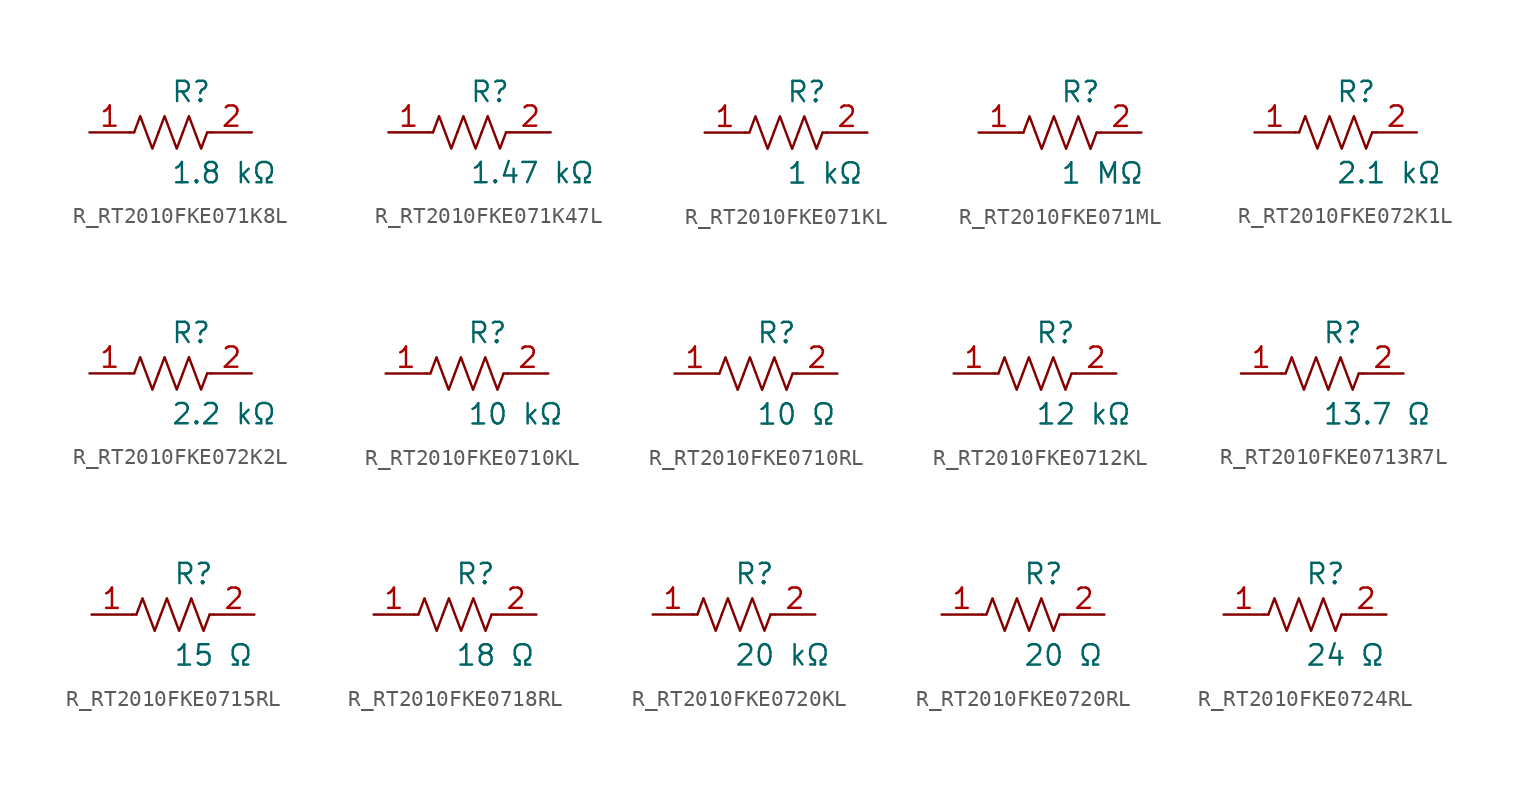
<source format=kicad_sym>
(kicad_symbol_lib
  (version 20231120)
  (generator kicad_symbol_editor)
  (generator_version 8.0)
  (symbol "R_RT2010FKE071K8L"
    (pin_names
      (offset 0.254))
    (property "Reference" "R"
      (at 0 2.54 0)
      (effects (font (size 1.27 1.27)) (justify left)))
    (property "Value" "1.8 kΩ"
      (at 0 -2.54 0)
      (effects (font (size 1.27 1.27)) (justify left)))
    (symbol "R_RT2010FKE071K8L_0_1"
      (polyline (pts (xy 2.286 0) (xy 2.54 0)) (stroke (width 0) (type default)) (fill (type none)))
      (polyline (pts (xy -2.286 0) (xy -2.54 0)) (stroke (width 0) (type default)) (fill (type none)))
      (polyline (pts (xy 0.762 0) (xy 1.143 1.016) (xy 1.524 0) (xy 1.905 -1.016) (xy 2.286 0)) (stroke (width 0) (type default)) (fill (type none)))
      (polyline (pts (xy -0.762 0) (xy -0.381 1.016) (xy 0 0) (xy 0.381 -1.016) (xy 0.762 0)) (stroke (width 0) (type default)) (fill (type none)))
      (polyline (pts (xy -2.286 0) (xy -1.905 1.016) (xy -1.524 0) (xy -1.143 -1.016) (xy -0.762 0)) (stroke (width 0) (type default)) (fill (type none))))
    (pin passive line
      (at -5.08 0 0)
      (length 2.54)
      (name "" (effects (font (size 1.27 1.27))))
      (number "1" (effects (font (size 1.27 1.27)))))
    (pin passive line
      (at 5.08 0 180)
      (length 2.54)
      (name "" (effects (font (size 1.27 1.27))))
      (number "2" (effects (font (size 1.27 1.27))))))
  (symbol "R_RT2010FKE071K47L"
    (pin_names
      (offset 0.254))
    (property "Reference" "R"
      (at 0 2.54 0)
      (effects (font (size 1.27 1.27)) (justify left)))
    (property "Value" "1.47 kΩ"
      (at 0 -2.54 0)
      (effects (font (size 1.27 1.27)) (justify left)))
    (symbol "R_RT2010FKE071K47L_0_1"
      (polyline (pts (xy 2.286 0) (xy 2.54 0)) (stroke (width 0) (type default)) (fill (type none)))
      (polyline (pts (xy -2.286 0) (xy -2.54 0)) (stroke (width 0) (type default)) (fill (type none)))
      (polyline (pts (xy 0.762 0) (xy 1.143 1.016) (xy 1.524 0) (xy 1.905 -1.016) (xy 2.286 0)) (stroke (width 0) (type default)) (fill (type none)))
      (polyline (pts (xy -0.762 0) (xy -0.381 1.016) (xy 0 0) (xy 0.381 -1.016) (xy 0.762 0)) (stroke (width 0) (type default)) (fill (type none)))
      (polyline (pts (xy -2.286 0) (xy -1.905 1.016) (xy -1.524 0) (xy -1.143 -1.016) (xy -0.762 0)) (stroke (width 0) (type default)) (fill (type none))))
    (pin passive line
      (at -5.08 0 0)
      (length 2.54)
      (name "" (effects (font (size 1.27 1.27))))
      (number "1" (effects (font (size 1.27 1.27)))))
    (pin passive line
      (at 5.08 0 180)
      (length 2.54)
      (name "" (effects (font (size 1.27 1.27))))
      (number "2" (effects (font (size 1.27 1.27))))))
  (symbol "R_RT2010FKE071KL"
    (pin_names
      (offset 0.254))
    (property "Reference" "R"
      (at 0 2.54 0)
      (effects (font (size 1.27 1.27)) (justify left)))
    (property "Value" "1 kΩ"
      (at 0 -2.54 0)
      (effects (font (size 1.27 1.27)) (justify left)))
    (symbol "R_RT2010FKE071KL_0_1"
      (polyline (pts (xy 2.286 0) (xy 2.54 0)) (stroke (width 0) (type default)) (fill (type none)))
      (polyline (pts (xy -2.286 0) (xy -2.54 0)) (stroke (width 0) (type default)) (fill (type none)))
      (polyline (pts (xy 0.762 0) (xy 1.143 1.016) (xy 1.524 0) (xy 1.905 -1.016) (xy 2.286 0)) (stroke (width 0) (type default)) (fill (type none)))
      (polyline (pts (xy -0.762 0) (xy -0.381 1.016) (xy 0 0) (xy 0.381 -1.016) (xy 0.762 0)) (stroke (width 0) (type default)) (fill (type none)))
      (polyline (pts (xy -2.286 0) (xy -1.905 1.016) (xy -1.524 0) (xy -1.143 -1.016) (xy -0.762 0)) (stroke (width 0) (type default)) (fill (type none))))
    (pin passive line
      (at -5.08 0 0)
      (length 2.54)
      (name "" (effects (font (size 1.27 1.27))))
      (number "1" (effects (font (size 1.27 1.27)))))
    (pin passive line
      (at 5.08 0 180)
      (length 2.54)
      (name "" (effects (font (size 1.27 1.27))))
      (number "2" (effects (font (size 1.27 1.27))))))
  (symbol "R_RT2010FKE071ML"
    (pin_names
      (offset 0.254))
    (property "Reference" "R"
      (at 0 2.54 0)
      (effects (font (size 1.27 1.27)) (justify left)))
    (property "Value" "1 MΩ"
      (at 0 -2.54 0)
      (effects (font (size 1.27 1.27)) (justify left)))
    (symbol "R_RT2010FKE071ML_0_1"
      (polyline (pts (xy 2.286 0) (xy 2.54 0)) (stroke (width 0) (type default)) (fill (type none)))
      (polyline (pts (xy -2.286 0) (xy -2.54 0)) (stroke (width 0) (type default)) (fill (type none)))
      (polyline (pts (xy 0.762 0) (xy 1.143 1.016) (xy 1.524 0) (xy 1.905 -1.016) (xy 2.286 0)) (stroke (width 0) (type default)) (fill (type none)))
      (polyline (pts (xy -0.762 0) (xy -0.381 1.016) (xy 0 0) (xy 0.381 -1.016) (xy 0.762 0)) (stroke (width 0) (type default)) (fill (type none)))
      (polyline (pts (xy -2.286 0) (xy -1.905 1.016) (xy -1.524 0) (xy -1.143 -1.016) (xy -0.762 0)) (stroke (width 0) (type default)) (fill (type none))))
    (pin passive line
      (at -5.08 0 0)
      (length 2.54)
      (name "" (effects (font (size 1.27 1.27))))
      (number "1" (effects (font (size 1.27 1.27)))))
    (pin passive line
      (at 5.08 0 180)
      (length 2.54)
      (name "" (effects (font (size 1.27 1.27))))
      (number "2" (effects (font (size 1.27 1.27))))))
  (symbol "R_RT2010FKE072K1L"
    (pin_names
      (offset 0.254))
    (property "Reference" "R"
      (at 0 2.54 0)
      (effects (font (size 1.27 1.27)) (justify left)))
    (property "Value" "2.1 kΩ"
      (at 0 -2.54 0)
      (effects (font (size 1.27 1.27)) (justify left)))
    (symbol "R_RT2010FKE072K1L_0_1"
      (polyline (pts (xy 2.286 0) (xy 2.54 0)) (stroke (width 0) (type default)) (fill (type none)))
      (polyline (pts (xy -2.286 0) (xy -2.54 0)) (stroke (width 0) (type default)) (fill (type none)))
      (polyline (pts (xy 0.762 0) (xy 1.143 1.016) (xy 1.524 0) (xy 1.905 -1.016) (xy 2.286 0)) (stroke (width 0) (type default)) (fill (type none)))
      (polyline (pts (xy -0.762 0) (xy -0.381 1.016) (xy 0 0) (xy 0.381 -1.016) (xy 0.762 0)) (stroke (width 0) (type default)) (fill (type none)))
      (polyline (pts (xy -2.286 0) (xy -1.905 1.016) (xy -1.524 0) (xy -1.143 -1.016) (xy -0.762 0)) (stroke (width 0) (type default)) (fill (type none))))
    (pin passive line
      (at -5.08 0 0)
      (length 2.54)
      (name "" (effects (font (size 1.27 1.27))))
      (number "1" (effects (font (size 1.27 1.27)))))
    (pin passive line
      (at 5.08 0 180)
      (length 2.54)
      (name "" (effects (font (size 1.27 1.27))))
      (number "2" (effects (font (size 1.27 1.27))))))
  (symbol "R_RT2010FKE072K2L"
    (pin_names
      (offset 0.254))
    (property "Reference" "R"
      (at 0 2.54 0)
      (effects (font (size 1.27 1.27)) (justify left)))
    (property "Value" "2.2 kΩ"
      (at 0 -2.54 0)
      (effects (font (size 1.27 1.27)) (justify left)))
    (symbol "R_RT2010FKE072K2L_0_1"
      (polyline (pts (xy 2.286 0) (xy 2.54 0)) (stroke (width 0) (type default)) (fill (type none)))
      (polyline (pts (xy -2.286 0) (xy -2.54 0)) (stroke (width 0) (type default)) (fill (type none)))
      (polyline (pts (xy 0.762 0) (xy 1.143 1.016) (xy 1.524 0) (xy 1.905 -1.016) (xy 2.286 0)) (stroke (width 0) (type default)) (fill (type none)))
      (polyline (pts (xy -0.762 0) (xy -0.381 1.016) (xy 0 0) (xy 0.381 -1.016) (xy 0.762 0)) (stroke (width 0) (type default)) (fill (type none)))
      (polyline (pts (xy -2.286 0) (xy -1.905 1.016) (xy -1.524 0) (xy -1.143 -1.016) (xy -0.762 0)) (stroke (width 0) (type default)) (fill (type none))))
    (pin passive line
      (at -5.08 0 0)
      (length 2.54)
      (name "" (effects (font (size 1.27 1.27))))
      (number "1" (effects (font (size 1.27 1.27)))))
    (pin passive line
      (at 5.08 0 180)
      (length 2.54)
      (name "" (effects (font (size 1.27 1.27))))
      (number "2" (effects (font (size 1.27 1.27))))))
  (symbol "R_RT2010FKE0710KL"
    (pin_names
      (offset 0.254))
    (property "Reference" "R"
      (at 0 2.54 0)
      (effects (font (size 1.27 1.27)) (justify left)))
    (property "Value" "10 kΩ"
      (at 0 -2.54 0)
      (effects (font (size 1.27 1.27)) (justify left)))
    (symbol "R_RT2010FKE0710KL_0_1"
      (polyline (pts (xy 2.286 0) (xy 2.54 0)) (stroke (width 0) (type default)) (fill (type none)))
      (polyline (pts (xy -2.286 0) (xy -2.54 0)) (stroke (width 0) (type default)) (fill (type none)))
      (polyline (pts (xy 0.762 0) (xy 1.143 1.016) (xy 1.524 0) (xy 1.905 -1.016) (xy 2.286 0)) (stroke (width 0) (type default)) (fill (type none)))
      (polyline (pts (xy -0.762 0) (xy -0.381 1.016) (xy 0 0) (xy 0.381 -1.016) (xy 0.762 0)) (stroke (width 0) (type default)) (fill (type none)))
      (polyline (pts (xy -2.286 0) (xy -1.905 1.016) (xy -1.524 0) (xy -1.143 -1.016) (xy -0.762 0)) (stroke (width 0) (type default)) (fill (type none))))
    (pin passive line
      (at -5.08 0 0)
      (length 2.54)
      (name "" (effects (font (size 1.27 1.27))))
      (number "1" (effects (font (size 1.27 1.27)))))
    (pin passive line
      (at 5.08 0 180)
      (length 2.54)
      (name "" (effects (font (size 1.27 1.27))))
      (number "2" (effects (font (size 1.27 1.27))))))
  (symbol "R_RT2010FKE0710RL"
    (pin_names
      (offset 0.254))
    (property "Reference" "R"
      (at 0 2.54 0)
      (effects (font (size 1.27 1.27)) (justify left)))
    (property "Value" "10 Ω"
      (at 0 -2.54 0)
      (effects (font (size 1.27 1.27)) (justify left)))
    (symbol "R_RT2010FKE0710RL_0_1"
      (polyline (pts (xy 2.286 0) (xy 2.54 0)) (stroke (width 0) (type default)) (fill (type none)))
      (polyline (pts (xy -2.286 0) (xy -2.54 0)) (stroke (width 0) (type default)) (fill (type none)))
      (polyline (pts (xy 0.762 0) (xy 1.143 1.016) (xy 1.524 0) (xy 1.905 -1.016) (xy 2.286 0)) (stroke (width 0) (type default)) (fill (type none)))
      (polyline (pts (xy -0.762 0) (xy -0.381 1.016) (xy 0 0) (xy 0.381 -1.016) (xy 0.762 0)) (stroke (width 0) (type default)) (fill (type none)))
      (polyline (pts (xy -2.286 0) (xy -1.905 1.016) (xy -1.524 0) (xy -1.143 -1.016) (xy -0.762 0)) (stroke (width 0) (type default)) (fill (type none))))
    (pin passive line
      (at -5.08 0 0)
      (length 2.54)
      (name "" (effects (font (size 1.27 1.27))))
      (number "1" (effects (font (size 1.27 1.27)))))
    (pin passive line
      (at 5.08 0 180)
      (length 2.54)
      (name "" (effects (font (size 1.27 1.27))))
      (number "2" (effects (font (size 1.27 1.27))))))
  (symbol "R_RT2010FKE0712KL"
    (pin_names
      (offset 0.254))
    (property "Reference" "R"
      (at 0 2.54 0)
      (effects (font (size 1.27 1.27)) (justify left)))
    (property "Value" "12 kΩ"
      (at 0 -2.54 0)
      (effects (font (size 1.27 1.27)) (justify left)))
    (symbol "R_RT2010FKE0712KL_0_1"
      (polyline (pts (xy 2.286 0) (xy 2.54 0)) (stroke (width 0) (type default)) (fill (type none)))
      (polyline (pts (xy -2.286 0) (xy -2.54 0)) (stroke (width 0) (type default)) (fill (type none)))
      (polyline (pts (xy 0.762 0) (xy 1.143 1.016) (xy 1.524 0) (xy 1.905 -1.016) (xy 2.286 0)) (stroke (width 0) (type default)) (fill (type none)))
      (polyline (pts (xy -0.762 0) (xy -0.381 1.016) (xy 0 0) (xy 0.381 -1.016) (xy 0.762 0)) (stroke (width 0) (type default)) (fill (type none)))
      (polyline (pts (xy -2.286 0) (xy -1.905 1.016) (xy -1.524 0) (xy -1.143 -1.016) (xy -0.762 0)) (stroke (width 0) (type default)) (fill (type none))))
    (pin passive line
      (at -5.08 0 0)
      (length 2.54)
      (name "" (effects (font (size 1.27 1.27))))
      (number "1" (effects (font (size 1.27 1.27)))))
    (pin passive line
      (at 5.08 0 180)
      (length 2.54)
      (name "" (effects (font (size 1.27 1.27))))
      (number "2" (effects (font (size 1.27 1.27))))))
  (symbol "R_RT2010FKE0713R7L"
    (pin_names
      (offset 0.254))
    (property "Reference" "R"
      (at 0 2.54 0)
      (effects (font (size 1.27 1.27)) (justify left)))
    (property "Value" "13.7 Ω"
      (at 0 -2.54 0)
      (effects (font (size 1.27 1.27)) (justify left)))
    (symbol "R_RT2010FKE0713R7L_0_1"
      (polyline (pts (xy 2.286 0) (xy 2.54 0)) (stroke (width 0) (type default)) (fill (type none)))
      (polyline (pts (xy -2.286 0) (xy -2.54 0)) (stroke (width 0) (type default)) (fill (type none)))
      (polyline (pts (xy 0.762 0) (xy 1.143 1.016) (xy 1.524 0) (xy 1.905 -1.016) (xy 2.286 0)) (stroke (width 0) (type default)) (fill (type none)))
      (polyline (pts (xy -0.762 0) (xy -0.381 1.016) (xy 0 0) (xy 0.381 -1.016) (xy 0.762 0)) (stroke (width 0) (type default)) (fill (type none)))
      (polyline (pts (xy -2.286 0) (xy -1.905 1.016) (xy -1.524 0) (xy -1.143 -1.016) (xy -0.762 0)) (stroke (width 0) (type default)) (fill (type none))))
    (pin passive line
      (at -5.08 0 0)
      (length 2.54)
      (name "" (effects (font (size 1.27 1.27))))
      (number "1" (effects (font (size 1.27 1.27)))))
    (pin passive line
      (at 5.08 0 180)
      (length 2.54)
      (name "" (effects (font (size 1.27 1.27))))
      (number "2" (effects (font (size 1.27 1.27))))))
  (symbol "R_RT2010FKE0715RL"
    (pin_names
      (offset 0.254))
    (property "Reference" "R"
      (at 0 2.54 0)
      (effects (font (size 1.27 1.27)) (justify left)))
    (property "Value" "15 Ω"
      (at 0 -2.54 0)
      (effects (font (size 1.27 1.27)) (justify left)))
    (symbol "R_RT2010FKE0715RL_0_1"
      (polyline (pts (xy 2.286 0) (xy 2.54 0)) (stroke (width 0) (type default)) (fill (type none)))
      (polyline (pts (xy -2.286 0) (xy -2.54 0)) (stroke (width 0) (type default)) (fill (type none)))
      (polyline (pts (xy 0.762 0) (xy 1.143 1.016) (xy 1.524 0) (xy 1.905 -1.016) (xy 2.286 0)) (stroke (width 0) (type default)) (fill (type none)))
      (polyline (pts (xy -0.762 0) (xy -0.381 1.016) (xy 0 0) (xy 0.381 -1.016) (xy 0.762 0)) (stroke (width 0) (type default)) (fill (type none)))
      (polyline (pts (xy -2.286 0) (xy -1.905 1.016) (xy -1.524 0) (xy -1.143 -1.016) (xy -0.762 0)) (stroke (width 0) (type default)) (fill (type none))))
    (pin passive line
      (at -5.08 0 0)
      (length 2.54)
      (name "" (effects (font (size 1.27 1.27))))
      (number "1" (effects (font (size 1.27 1.27)))))
    (pin passive line
      (at 5.08 0 180)
      (length 2.54)
      (name "" (effects (font (size 1.27 1.27))))
      (number "2" (effects (font (size 1.27 1.27))))))
  (symbol "R_RT2010FKE0718RL"
    (pin_names
      (offset 0.254))
    (property "Reference" "R"
      (at 0 2.54 0)
      (effects (font (size 1.27 1.27)) (justify left)))
    (property "Value" "18 Ω"
      (at 0 -2.54 0)
      (effects (font (size 1.27 1.27)) (justify left)))
    (symbol "R_RT2010FKE0718RL_0_1"
      (polyline (pts (xy 2.286 0) (xy 2.54 0)) (stroke (width 0) (type default)) (fill (type none)))
      (polyline (pts (xy -2.286 0) (xy -2.54 0)) (stroke (width 0) (type default)) (fill (type none)))
      (polyline (pts (xy 0.762 0) (xy 1.143 1.016) (xy 1.524 0) (xy 1.905 -1.016) (xy 2.286 0)) (stroke (width 0) (type default)) (fill (type none)))
      (polyline (pts (xy -0.762 0) (xy -0.381 1.016) (xy 0 0) (xy 0.381 -1.016) (xy 0.762 0)) (stroke (width 0) (type default)) (fill (type none)))
      (polyline (pts (xy -2.286 0) (xy -1.905 1.016) (xy -1.524 0) (xy -1.143 -1.016) (xy -0.762 0)) (stroke (width 0) (type default)) (fill (type none))))
    (pin passive line
      (at -5.08 0 0)
      (length 2.54)
      (name "" (effects (font (size 1.27 1.27))))
      (number "1" (effects (font (size 1.27 1.27)))))
    (pin passive line
      (at 5.08 0 180)
      (length 2.54)
      (name "" (effects (font (size 1.27 1.27))))
      (number "2" (effects (font (size 1.27 1.27))))))
  (symbol "R_RT2010FKE0720KL"
    (pin_names
      (offset 0.254))
    (property "Reference" "R"
      (at 0 2.54 0)
      (effects (font (size 1.27 1.27)) (justify left)))
    (property "Value" "20 kΩ"
      (at 0 -2.54 0)
      (effects (font (size 1.27 1.27)) (justify left)))
    (symbol "R_RT2010FKE0720KL_0_1"
      (polyline (pts (xy 2.286 0) (xy 2.54 0)) (stroke (width 0) (type default)) (fill (type none)))
      (polyline (pts (xy -2.286 0) (xy -2.54 0)) (stroke (width 0) (type default)) (fill (type none)))
      (polyline (pts (xy 0.762 0) (xy 1.143 1.016) (xy 1.524 0) (xy 1.905 -1.016) (xy 2.286 0)) (stroke (width 0) (type default)) (fill (type none)))
      (polyline (pts (xy -0.762 0) (xy -0.381 1.016) (xy 0 0) (xy 0.381 -1.016) (xy 0.762 0)) (stroke (width 0) (type default)) (fill (type none)))
      (polyline (pts (xy -2.286 0) (xy -1.905 1.016) (xy -1.524 0) (xy -1.143 -1.016) (xy -0.762 0)) (stroke (width 0) (type default)) (fill (type none))))
    (pin passive line
      (at -5.08 0 0)
      (length 2.54)
      (name "" (effects (font (size 1.27 1.27))))
      (number "1" (effects (font (size 1.27 1.27)))))
    (pin passive line
      (at 5.08 0 180)
      (length 2.54)
      (name "" (effects (font (size 1.27 1.27))))
      (number "2" (effects (font (size 1.27 1.27))))))
  (symbol "R_RT2010FKE0720RL"
    (pin_names
      (offset 0.254))
    (property "Reference" "R"
      (at 0 2.54 0)
      (effects (font (size 1.27 1.27)) (justify left)))
    (property "Value" "20 Ω"
      (at 0 -2.54 0)
      (effects (font (size 1.27 1.27)) (justify left)))
    (symbol "R_RT2010FKE0720RL_0_1"
      (polyline (pts (xy 2.286 0) (xy 2.54 0)) (stroke (width 0) (type default)) (fill (type none)))
      (polyline (pts (xy -2.286 0) (xy -2.54 0)) (stroke (width 0) (type default)) (fill (type none)))
      (polyline (pts (xy 0.762 0) (xy 1.143 1.016) (xy 1.524 0) (xy 1.905 -1.016) (xy 2.286 0)) (stroke (width 0) (type default)) (fill (type none)))
      (polyline (pts (xy -0.762 0) (xy -0.381 1.016) (xy 0 0) (xy 0.381 -1.016) (xy 0.762 0)) (stroke (width 0) (type default)) (fill (type none)))
      (polyline (pts (xy -2.286 0) (xy -1.905 1.016) (xy -1.524 0) (xy -1.143 -1.016) (xy -0.762 0)) (stroke (width 0) (type default)) (fill (type none))))
    (pin passive line
      (at -5.08 0 0)
      (length 2.54)
      (name "" (effects (font (size 1.27 1.27))))
      (number "1" (effects (font (size 1.27 1.27)))))
    (pin passive line
      (at 5.08 0 180)
      (length 2.54)
      (name "" (effects (font (size 1.27 1.27))))
      (number "2" (effects (font (size 1.27 1.27))))))
  (symbol "R_RT2010FKE0724RL"
    (pin_names
      (offset 0.254))
    (property "Reference" "R"
      (at 0 2.54 0)
      (effects (font (size 1.27 1.27)) (justify left)))
    (property "Value" "24 Ω"
      (at 0 -2.54 0)
      (effects (font (size 1.27 1.27)) (justify left)))
    (symbol "R_RT2010FKE0724RL_0_1"
      (polyline (pts (xy 2.286 0) (xy 2.54 0)) (stroke (width 0) (type default)) (fill (type none)))
      (polyline (pts (xy -2.286 0) (xy -2.54 0)) (stroke (width 0) (type default)) (fill (type none)))
      (polyline (pts (xy 0.762 0) (xy 1.143 1.016) (xy 1.524 0) (xy 1.905 -1.016) (xy 2.286 0)) (stroke (width 0) (type default)) (fill (type none)))
      (polyline (pts (xy -0.762 0) (xy -0.381 1.016) (xy 0 0) (xy 0.381 -1.016) (xy 0.762 0)) (stroke (width 0) (type default)) (fill (type none)))
      (polyline (pts (xy -2.286 0) (xy -1.905 1.016) (xy -1.524 0) (xy -1.143 -1.016) (xy -0.762 0)) (stroke (width 0) (type default)) (fill (type none))))
    (pin passive line
      (at -5.08 0 0)
      (length 2.54)
      (name "" (effects (font (size 1.27 1.27))))
      (number "1" (effects (font (size 1.27 1.27)))))
    (pin passive line
      (at 5.08 0 180)
      (length 2.54)
      (name "" (effects (font (size 1.27 1.27))))
      (number "2" (effects (font (size 1.27 1.27)))))))
</source>
